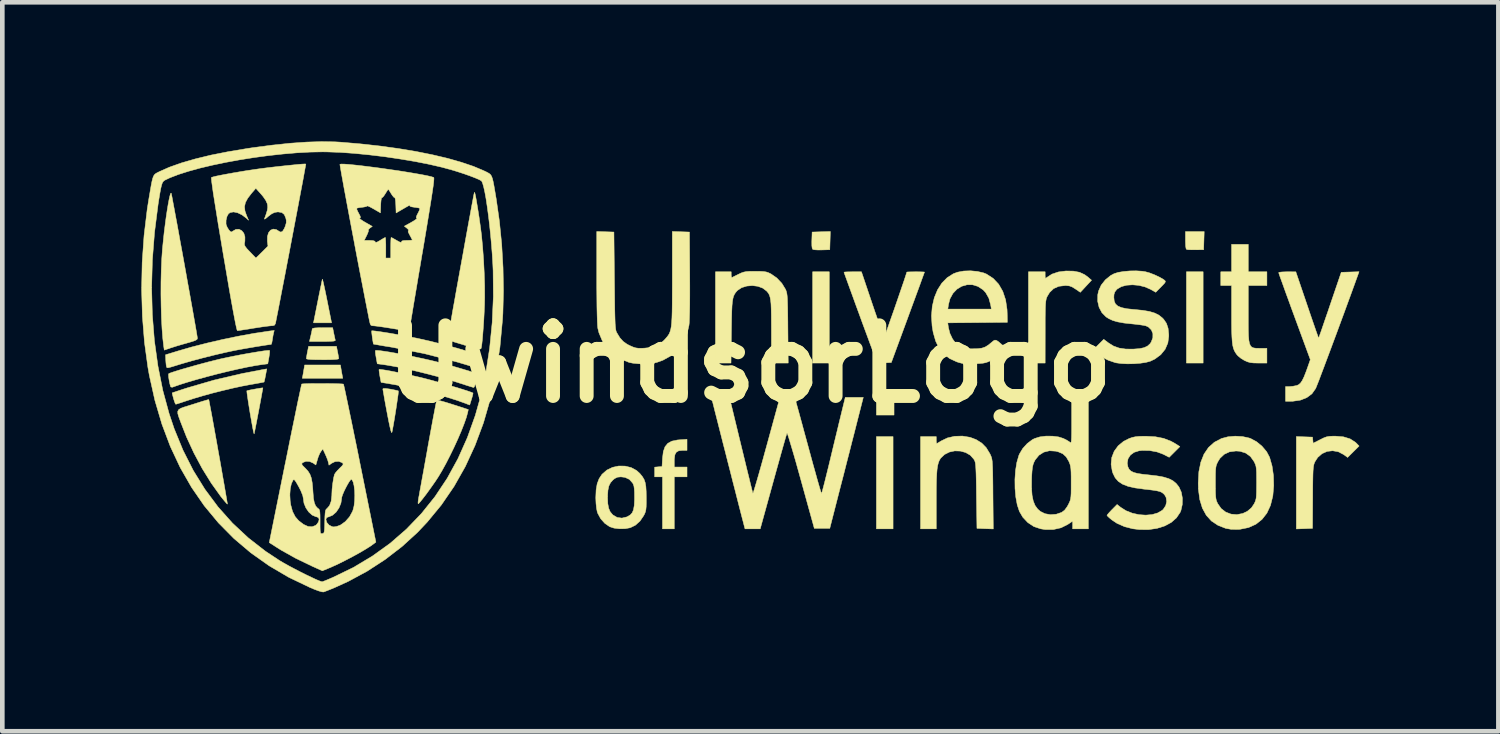
<source format=kicad_pcb>
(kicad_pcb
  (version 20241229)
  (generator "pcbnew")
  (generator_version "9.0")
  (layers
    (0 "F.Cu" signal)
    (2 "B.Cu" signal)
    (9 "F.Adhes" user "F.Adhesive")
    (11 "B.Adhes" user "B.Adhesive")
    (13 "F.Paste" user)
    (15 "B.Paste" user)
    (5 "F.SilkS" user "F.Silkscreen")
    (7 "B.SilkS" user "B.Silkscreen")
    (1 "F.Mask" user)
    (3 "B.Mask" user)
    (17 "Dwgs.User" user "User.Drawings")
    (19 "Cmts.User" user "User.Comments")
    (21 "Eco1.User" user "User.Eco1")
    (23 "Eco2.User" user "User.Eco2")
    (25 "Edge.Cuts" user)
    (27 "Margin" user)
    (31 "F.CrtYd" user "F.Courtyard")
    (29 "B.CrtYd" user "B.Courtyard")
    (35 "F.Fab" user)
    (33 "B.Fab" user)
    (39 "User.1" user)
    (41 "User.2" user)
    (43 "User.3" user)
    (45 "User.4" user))
  (footprint "UwindsorLogo"
    (layer "F.Cu")
    (at 13.126 4.803)
    (property "Reference" "UwindsorLogo" (at 0 0 0) (layer "F.SilkS") (effects (font (size 1.524 1.524) (thickness 0.3))))
    (attr through_hole)
    (fp_poly (pts (xy 1.714 -0.021) (xy 1.355 -0.021) (xy 1.355 -1.99) (xy 1.714 -1.99) (xy 1.714 -0.021)) (stroke (width 0.01) (type solid)) (fill yes) (layer "F.SilkS"))
    (fp_poly (pts (xy 3.09 3.556) (xy 2.731 3.556) (xy 2.731 1.566) (xy 3.09 1.566) (xy 3.09 3.556)) (stroke (width 0.01) (type solid)) (fill yes) (layer "F.SilkS"))
    (fp_poly (pts (xy 3.111 1.101) (xy 2.731 1.101) (xy 2.731 0.72) (xy 3.111 0.72) (xy 3.111 1.101)) (stroke (width 0.01) (type solid)) (fill yes) (layer "F.SilkS"))
    (fp_poly (pts (xy 9.779 -0.021) (xy 9.419 -0.021) (xy 9.419 -1.99) (xy 9.779 -1.99) (xy 9.779 -0.021)) (stroke (width 0.01) (type solid)) (fill yes) (layer "F.SilkS"))
    (fp_poly (pts (xy -8.819 0.101) (xy -8.807 0.173) (xy -8.794 0.241) (xy -8.794 0.243) (xy -8.781 0.307) (xy -9.655 0.307) (xy -9.642 0.243) (xy -9.63 0.177) (xy -9.618 0.104) (xy -9.617 0.101) (xy -9.604 0.021) (xy -8.832 0.021) (xy -8.819 0.101)) (stroke (width 0.01) (type solid)) (fill yes) (layer "F.SilkS"))
    (fp_poly (pts (xy 9.796 -2.662) (xy 9.79 -2.466) (xy 9.62 -2.464) (xy 9.537 -2.464) (xy 9.469 -2.466) (xy 9.429 -2.47) (xy 9.424 -2.471) (xy 9.41 -2.493) (xy 9.402 -2.549) (xy 9.398 -2.643) (xy 9.398 -2.669) (xy 9.398 -2.857) (xy 9.802 -2.857) (xy 9.796 -2.662)) (stroke (width 0.01) (type solid)) (fill yes) (layer "F.SilkS"))
    (fp_poly (pts (xy 1.731 -2.663) (xy 1.725 -2.466) (xy 1.556 -2.461) (xy 1.473 -2.46) (xy 1.404 -2.464) (xy 1.363 -2.471) (xy 1.359 -2.473) (xy 1.345 -2.498) (xy 1.338 -2.552) (xy 1.337 -2.642) (xy 1.338 -2.669) (xy 1.344 -2.847) (xy 1.541 -2.853) (xy 1.737 -2.859) (xy 1.731 -2.663)) (stroke (width 0.01) (type solid)) (fill yes) (layer "F.SilkS"))
    (fp_poly (pts (xy -9.216 -1.816) (xy -9.203 -1.766) (xy -9.185 -1.685) (xy -9.162 -1.579) (xy -9.136 -1.454) (xy -9.119 -1.369) (xy -9.023 -0.889) (xy -9.413 -0.889) (xy -9.321 -1.349) (xy -9.294 -1.484) (xy -9.269 -1.605) (xy -9.248 -1.706) (xy -9.233 -1.781) (xy -9.224 -1.823) (xy -9.222 -1.83) (xy -9.216 -1.816)) (stroke (width 0.01) (type solid)) (fill yes) (layer "F.SilkS"))
    (fp_poly (pts (xy -8.975 -0.661) (xy -8.96 -0.591) (xy -8.948 -0.536) (xy -8.942 -0.513) (xy -8.949 -0.502) (xy -8.979 -0.494) (xy -9.039 -0.49) (xy -9.134 -0.487) (xy -9.217 -0.487) (xy -9.5 -0.487) (xy -9.471 -0.609) (xy -9.455 -0.679) (xy -9.444 -0.734) (xy -9.441 -0.757) (xy -9.428 -0.769) (xy -9.386 -0.778) (xy -9.311 -0.782) (xy -9.22 -0.783) (xy -8.999 -0.783) (xy -8.975 -0.661)) (stroke (width 0.01) (type solid)) (fill yes) (layer "F.SilkS"))
    (fp_poly (pts (xy -8.893 -0.261) (xy -8.88 -0.192) (xy -8.871 -0.138) (xy -8.869 -0.117) (xy -8.884 -0.107) (xy -8.932 -0.1) (xy -9.015 -0.095) (xy -9.137 -0.093) (xy -9.218 -0.093) (xy -9.361 -0.094) (xy -9.464 -0.097) (xy -9.531 -0.103) (xy -9.563 -0.111) (xy -9.567 -0.117) (xy -9.563 -0.15) (xy -9.553 -0.209) (xy -9.543 -0.261) (xy -9.519 -0.381) (xy -8.917 -0.381) (xy -8.893 -0.261)) (stroke (width 0.01) (type solid)) (fill yes) (layer "F.SilkS"))
    (fp_poly (pts (xy -1.355 1.863) (xy -1.45 1.863) (xy -1.532 1.871) (xy -1.586 1.901) (xy -1.617 1.958) (xy -1.629 2.048) (xy -1.63 2.085) (xy -1.63 2.223) (xy -1.355 2.223) (xy -1.355 2.434) (xy -1.63 2.434) (xy -1.63 3.556) (xy -1.884 3.556) (xy -1.884 2.434) (xy -2.053 2.434) (xy -2.053 2.225) (xy -1.974 2.218) (xy -1.894 2.212) (xy -1.883 2.028) (xy -1.866 1.888) (xy -1.829 1.784) (xy -1.769 1.711) (xy -1.683 1.664) (xy -1.564 1.639) (xy -1.515 1.635) (xy -1.355 1.624) (xy -1.355 1.863)) (stroke (width 0.01) (type solid)) (fill yes) (layer "F.SilkS"))
    (fp_poly (pts (xy -10.508 0.536) (xy -10.518 0.591) (xy -10.533 0.674) (xy -10.552 0.778) (xy -10.574 0.895) (xy -10.597 1.018) (xy -10.621 1.142) (xy -10.643 1.258) (xy -10.663 1.359) (xy -10.679 1.439) (xy -10.69 1.491) (xy -10.694 1.507) (xy -10.699 1.494) (xy -10.711 1.444) (xy -10.727 1.364) (xy -10.746 1.258) (xy -10.768 1.133) (xy -10.781 1.058) (xy -10.803 0.922) (xy -10.822 0.801) (xy -10.837 0.7) (xy -10.847 0.626) (xy -10.851 0.585) (xy -10.851 0.578) (xy -10.828 0.571) (xy -10.776 0.559) (xy -10.707 0.546) (xy -10.634 0.533) (xy -10.568 0.522) (xy -10.521 0.515) (xy -10.505 0.515) (xy -10.508 0.536)) (stroke (width 0.01) (type solid)) (fill yes) (layer "F.SilkS"))
    (fp_poly (pts (xy -7.856 0.528) (xy -7.774 0.539) (xy -7.755 0.542) (xy -7.677 0.557) (xy -7.616 0.57) (xy -7.584 0.58) (xy -7.582 0.581) (xy -7.582 0.604) (xy -7.588 0.661) (xy -7.6 0.745) (xy -7.615 0.848) (xy -7.632 0.963) (xy -7.651 1.082) (xy -7.67 1.199) (xy -7.688 1.304) (xy -7.704 1.392) (xy -7.716 1.454) (xy -7.722 1.477) (xy -7.731 1.476) (xy -7.745 1.435) (xy -7.765 1.353) (xy -7.791 1.231) (xy -7.823 1.066) (xy -7.827 1.043) (xy -7.853 0.905) (xy -7.876 0.78) (xy -7.894 0.675) (xy -7.908 0.595) (xy -7.916 0.548) (xy -7.917 0.538) (xy -7.902 0.527) (xy -7.856 0.528)) (stroke (width 0.01) (type solid)) (fill yes) (layer "F.SilkS"))
    (fp_poly (pts (xy -10.447 0.244) (xy -10.461 0.315) (xy -10.473 0.367) (xy -10.48 0.389) (xy -10.503 0.394) (xy -10.559 0.405) (xy -10.642 0.42) (xy -10.743 0.438) (xy -10.774 0.443) (xy -10.949 0.476) (xy -11.152 0.52) (xy -11.371 0.572) (xy -11.593 0.628) (xy -11.806 0.687) (xy -11.999 0.744) (xy -12.117 0.782) (xy -12.214 0.814) (xy -12.296 0.841) (xy -12.355 0.86) (xy -12.383 0.868) (xy -12.384 0.868) (xy -12.397 0.849) (xy -12.415 0.801) (xy -12.432 0.747) (xy -12.449 0.683) (xy -12.46 0.637) (xy -12.461 0.623) (xy -12.441 0.615) (xy -12.386 0.597) (xy -12.306 0.57) (xy -12.205 0.537) (xy -12.129 0.513) (xy -11.555 0.346) (xy -10.947 0.204) (xy -10.497 0.118) (xy -10.421 0.105) (xy -10.447 0.244)) (stroke (width 0.01) (type solid)) (fill yes) (layer "F.SilkS"))
    (fp_poly (pts (xy 6.98 -2.004) (xy 7.112 -1.979) (xy 7.224 -1.927) (xy 7.292 -1.877) (xy 7.372 -1.808) (xy 7.13 -1.547) (xy 7.023 -1.62) (xy 6.952 -1.664) (xy 6.891 -1.686) (xy 6.82 -1.693) (xy 6.804 -1.693) (xy 6.667 -1.677) (xy 6.555 -1.628) (xy 6.467 -1.544) (xy 6.411 -1.45) (xy 6.4 -1.423) (xy 6.392 -1.392) (xy 6.385 -1.351) (xy 6.38 -1.296) (xy 6.376 -1.222) (xy 6.374 -1.123) (xy 6.372 -0.996) (xy 6.372 -0.835) (xy 6.372 -0.693) (xy 6.371 -0.021) (xy 6.011 -0.021) (xy 6.011 -1.99) (xy 6.371 -1.99) (xy 6.371 -1.912) (xy 6.373 -1.863) (xy 6.382 -1.849) (xy 6.404 -1.864) (xy 6.408 -1.868) (xy 6.519 -1.94) (xy 6.656 -1.986) (xy 6.819 -2.007) (xy 6.98 -2.004)) (stroke (width 0.01) (type solid)) (fill yes) (layer "F.SilkS"))
    (fp_poly (pts (xy 12.807 1.571) (xy 12.95 1.615) (xy 13.064 1.688) (xy 13.089 1.712) (xy 13.144 1.769) (xy 12.896 2.015) (xy 12.808 1.951) (xy 12.693 1.892) (xy 12.573 1.871) (xy 12.453 1.885) (xy 12.344 1.934) (xy 12.251 2.015) (xy 12.193 2.105) (xy 12.18 2.133) (xy 12.17 2.162) (xy 12.162 2.197) (xy 12.156 2.243) (xy 12.151 2.306) (xy 12.148 2.389) (xy 12.146 2.498) (xy 12.144 2.638) (xy 12.143 2.814) (xy 12.143 2.872) (xy 12.139 3.545) (xy 11.964 3.552) (xy 11.79 3.558) (xy 11.79 1.565) (xy 12.139 1.577) (xy 12.146 1.643) (xy 12.152 1.709) (xy 12.302 1.633) (xy 12.38 1.594) (xy 12.442 1.571) (xy 12.503 1.56) (xy 12.583 1.556) (xy 12.634 1.556) (xy 12.807 1.571)) (stroke (width 0.01) (type solid)) (fill yes) (layer "F.SilkS"))
    (fp_poly (pts (xy -7.913 0.124) (xy -7.824 0.138) (xy -7.712 0.159) (xy -7.583 0.185) (xy -7.444 0.214) (xy -7.301 0.245) (xy -7.159 0.277) (xy -7.03 0.308) (xy -6.923 0.336) (xy -6.799 0.37) (xy -6.664 0.407) (xy -6.526 0.447) (xy -6.39 0.488) (xy -6.263 0.526) (xy -6.152 0.561) (xy -6.062 0.59) (xy -6 0.613) (xy -5.972 0.625) (xy -5.972 0.625) (xy -5.974 0.648) (xy -5.986 0.698) (xy -6.004 0.758) (xy -6.043 0.884) (xy -6.181 0.832) (xy -6.344 0.775) (xy -6.539 0.714) (xy -6.757 0.653) (xy -6.988 0.593) (xy -7.222 0.536) (xy -7.451 0.486) (xy -7.663 0.445) (xy -7.74 0.432) (xy -7.955 0.396) (xy -7.981 0.261) (xy -7.992 0.19) (xy -7.999 0.138) (xy -7.998 0.117) (xy -7.973 0.116) (xy -7.913 0.124)) (stroke (width 0.01) (type solid)) (fill yes) (layer "F.SilkS"))
    (fp_poly (pts (xy -11.667 0.789) (xy -11.656 0.848) (xy -11.639 0.939) (xy -11.616 1.058) (xy -11.59 1.2) (xy -11.561 1.36) (xy -11.53 1.533) (xy -11.497 1.716) (xy -11.464 1.904) (xy -11.43 2.091) (xy -11.398 2.273) (xy -11.368 2.446) (xy -11.34 2.604) (xy -11.316 2.744) (xy -11.296 2.86) (xy -11.281 2.948) (xy -11.272 3.004) (xy -11.27 3.022) (xy -11.285 3.01) (xy -11.32 2.97) (xy -11.37 2.91) (xy -11.415 2.854) (xy -11.619 2.569) (xy -11.814 2.254) (xy -11.993 1.919) (xy -12.151 1.577) (xy -12.23 1.376) (xy -12.282 1.242) (xy -12.319 1.142) (xy -12.34 1.07) (xy -12.341 1.02) (xy -12.32 0.983) (xy -12.275 0.955) (xy -12.202 0.928) (xy -12.098 0.896) (xy -12.021 0.872) (xy -11.908 0.836) (xy -11.81 0.805) (xy -11.734 0.783) (xy -11.686 0.769) (xy -11.673 0.767) (xy -11.667 0.789)) (stroke (width 0.01) (type solid)) (fill yes) (layer "F.SilkS"))
    (fp_poly (pts (xy -10.274 -0.669) (xy -10.286 -0.613) (xy -10.298 -0.54) (xy -10.301 -0.519) (xy -10.311 -0.462) (xy -10.322 -0.428) (xy -10.327 -0.423) (xy -10.364 -0.419) (xy -10.434 -0.409) (xy -10.53 -0.394) (xy -10.643 -0.376) (xy -10.765 -0.355) (xy -10.889 -0.334) (xy -11.005 -0.313) (xy -11.106 -0.294) (xy -11.151 -0.285) (xy -11.35 -0.242) (xy -11.574 -0.189) (xy -11.808 -0.13) (xy -12.037 -0.069) (xy -12.245 -0.009) (xy -12.311 0.011) (xy -12.418 0.044) (xy -12.491 0.066) (xy -12.537 0.078) (xy -12.563 0.081) (xy -12.576 0.076) (xy -12.582 0.065) (xy -12.584 0.058) (xy -12.591 0.023) (xy -12.597 -0.038) (xy -12.6 -0.083) (xy -12.605 -0.199) (xy -12.34 -0.28) (xy -12.04 -0.367) (xy -11.712 -0.451) (xy -11.371 -0.53) (xy -11.028 -0.601) (xy -10.698 -0.661) (xy -10.392 -0.707) (xy -10.374 -0.71) (xy -10.26 -0.724) (xy -10.274 -0.669)) (stroke (width 0.01) (type solid)) (fill yes) (layer "F.SilkS"))
    (fp_poly (pts (xy 10.753 -1.99) (xy 11.155 -1.99) (xy 11.155 -1.693) (xy 10.753 -1.693) (xy 10.753 -1.089) (xy 10.753 -0.891) (xy 10.754 -0.732) (xy 10.758 -0.606) (xy 10.766 -0.511) (xy 10.78 -0.441) (xy 10.801 -0.393) (xy 10.83 -0.363) (xy 10.87 -0.347) (xy 10.921 -0.34) (xy 10.984 -0.339) (xy 11.019 -0.339) (xy 11.155 -0.339) (xy 11.155 -0.021) (xy 10.968 -0.021) (xy 10.869 -0.023) (xy 10.796 -0.031) (xy 10.736 -0.048) (xy 10.673 -0.076) (xy 10.672 -0.076) (xy 10.599 -0.12) (xy 10.534 -0.173) (xy 10.507 -0.202) (xy 10.476 -0.246) (xy 10.451 -0.291) (xy 10.432 -0.343) (xy 10.417 -0.406) (xy 10.407 -0.486) (xy 10.4 -0.588) (xy 10.395 -0.717) (xy 10.393 -0.877) (xy 10.393 -1.075) (xy 10.393 -1.693) (xy 10.16 -1.693) (xy 10.16 -1.99) (xy 10.393 -1.99) (xy 10.393 -2.582) (xy 10.753 -2.582) (xy 10.753 -1.99)) (stroke (width 0.01) (type solid)) (fill yes) (layer "F.SilkS"))
    (fp_poly (pts (xy -10.361 -0.292) (xy -10.358 -0.267) (xy -10.363 -0.212) (xy -10.374 -0.142) (xy -10.399 -0.004) (xy -10.518 0.011) (xy -10.663 0.033) (xy -10.841 0.066) (xy -11.043 0.109) (xy -11.261 0.159) (xy -11.486 0.214) (xy -11.712 0.273) (xy -11.93 0.333) (xy -12.132 0.392) (xy -12.309 0.448) (xy -12.455 0.5) (xy -12.458 0.501) (xy -12.489 0.496) (xy -12.497 0.484) (xy -12.514 0.42) (xy -12.528 0.348) (xy -12.538 0.28) (xy -12.541 0.229) (xy -12.537 0.209) (xy -12.509 0.196) (xy -12.446 0.174) (xy -12.355 0.145) (xy -12.241 0.11) (xy -12.111 0.073) (xy -11.971 0.033) (xy -11.827 -0.006) (xy -11.686 -0.044) (xy -11.553 -0.077) (xy -11.435 -0.106) (xy -11.396 -0.115) (xy -11.265 -0.143) (xy -11.124 -0.172) (xy -10.979 -0.2) (xy -10.836 -0.226) (xy -10.701 -0.249) (xy -10.58 -0.269) (xy -10.48 -0.284) (xy -10.407 -0.292) (xy -10.366 -0.294) (xy -10.361 -0.292)) (stroke (width 0.01) (type solid)) (fill yes) (layer "F.SilkS"))
    (fp_poly (pts (xy -6.731 0.781) (xy -6.674 0.794) (xy -6.591 0.817) (xy -6.489 0.848) (xy -6.407 0.874) (xy -6.073 0.982) (xy -6.087 1.047) (xy -6.116 1.154) (xy -6.164 1.29) (xy -6.226 1.448) (xy -6.3 1.62) (xy -6.382 1.799) (xy -6.47 1.979) (xy -6.558 2.151) (xy -6.645 2.308) (xy -6.72 2.433) (xy -6.779 2.523) (xy -6.847 2.621) (xy -6.919 2.722) (xy -6.989 2.818) (xy -7.053 2.901) (xy -7.106 2.967) (xy -7.142 3.007) (xy -7.152 3.015) (xy -7.158 3.002) (xy -7.155 2.957) (xy -7.145 2.889) (xy -7.144 2.884) (xy -7.134 2.834) (xy -7.119 2.747) (xy -7.097 2.628) (xy -7.071 2.482) (xy -7.04 2.315) (xy -7.007 2.13) (xy -6.971 1.933) (xy -6.942 1.767) (xy -6.906 1.57) (xy -6.872 1.385) (xy -6.841 1.217) (xy -6.813 1.071) (xy -6.79 0.95) (xy -6.772 0.858) (xy -6.759 0.8) (xy -6.754 0.78) (xy -6.731 0.781)) (stroke (width 0.01) (type solid)) (fill yes) (layer "F.SilkS"))
    (fp_poly (pts (xy -7.986 -0.289) (xy -7.893 -0.276) (xy -7.775 -0.258) (xy -7.638 -0.234) (xy -7.487 -0.206) (xy -7.329 -0.175) (xy -7.168 -0.141) (xy -7.01 -0.107) (xy -6.86 -0.073) (xy -6.725 -0.039) (xy -6.699 -0.033) (xy -6.557 0.006) (xy -6.415 0.045) (xy -6.278 0.085) (xy -6.153 0.122) (xy -6.047 0.155) (xy -5.965 0.183) (xy -5.913 0.202) (xy -5.899 0.21) (xy -5.893 0.238) (xy -5.897 0.292) (xy -5.907 0.358) (xy -5.921 0.424) (xy -5.937 0.477) (xy -5.953 0.505) (xy -5.957 0.506) (xy -5.985 0.499) (xy -6.044 0.481) (xy -6.127 0.455) (xy -6.224 0.423) (xy -6.234 0.42) (xy -6.451 0.352) (xy -6.685 0.285) (xy -6.929 0.22) (xy -7.173 0.159) (xy -7.409 0.105) (xy -7.628 0.059) (xy -7.821 0.025) (xy -7.929 0.009) (xy -8.037 -0.005) (xy -8.062 -0.142) (xy -8.074 -0.214) (xy -8.079 -0.267) (xy -8.077 -0.291) (xy -8.05 -0.294) (xy -7.986 -0.289)) (stroke (width 0.01) (type solid)) (fill yes) (layer "F.SilkS"))
    (fp_poly (pts (xy -8.076 -0.711) (xy -7.988 -0.699) (xy -7.878 -0.682) (xy -7.752 -0.662) (xy -7.617 -0.638) (xy -7.478 -0.614) (xy -7.342 -0.588) (xy -7.216 -0.563) (xy -7.189 -0.558) (xy -6.913 -0.496) (xy -6.623 -0.424) (xy -6.335 -0.347) (xy -6.069 -0.268) (xy -6.017 -0.251) (xy -5.924 -0.221) (xy -5.865 -0.197) (xy -5.834 -0.17) (xy -5.823 -0.132) (xy -5.826 -0.075) (xy -5.834 -0.014) (xy -5.848 0.051) (xy -5.867 0.08) (xy -5.884 0.085) (xy -5.92 0.08) (xy -5.929 0.075) (xy -5.952 0.067) (xy -6.008 0.048) (xy -6.093 0.023) (xy -6.2 -0.009) (xy -6.323 -0.045) (xy -6.348 -0.052) (xy -7.019 -0.224) (xy -7.708 -0.36) (xy -7.779 -0.372) (xy -7.893 -0.39) (xy -7.991 -0.407) (xy -8.065 -0.42) (xy -8.11 -0.428) (xy -8.12 -0.43) (xy -8.125 -0.455) (xy -8.134 -0.506) (xy -8.144 -0.571) (xy -8.152 -0.637) (xy -8.158 -0.69) (xy -8.159 -0.716) (xy -8.159 -0.716) (xy -8.135 -0.717) (xy -8.076 -0.711)) (stroke (width 0.01) (type solid)) (fill yes) (layer "F.SilkS"))
    (fp_poly (pts (xy -12.482 -3.683) (xy -12.476 -3.656) (xy -12.463 -3.592) (xy -12.445 -3.494) (xy -12.421 -3.367) (xy -12.393 -3.214) (xy -12.36 -3.039) (xy -12.325 -2.847) (xy -12.288 -2.641) (xy -12.248 -2.425) (xy -12.208 -2.204) (xy -12.168 -1.982) (xy -12.129 -1.762) (xy -12.09 -1.548) (xy -12.054 -1.345) (xy -12.02 -1.156) (xy -11.99 -0.986) (xy -11.964 -0.839) (xy -11.943 -0.718) (xy -11.928 -0.627) (xy -11.919 -0.571) (xy -11.917 -0.555) (xy -11.924 -0.534) (xy -11.951 -0.515) (xy -12.003 -0.494) (xy -12.087 -0.468) (xy -12.134 -0.455) (xy -12.243 -0.424) (xy -12.356 -0.391) (xy -12.454 -0.36) (xy -12.492 -0.348) (xy -12.632 -0.3) (xy -12.645 -0.388) (xy -12.665 -0.56) (xy -12.681 -0.767) (xy -12.693 -0.999) (xy -12.7 -1.248) (xy -12.704 -1.508) (xy -12.703 -1.768) (xy -12.697 -2.022) (xy -12.687 -2.261) (xy -12.672 -2.476) (xy -12.67 -2.494) (xy -12.653 -2.663) (xy -12.635 -2.834) (xy -12.614 -3.001) (xy -12.593 -3.16) (xy -12.571 -3.307) (xy -12.55 -3.436) (xy -12.53 -3.543) (xy -12.512 -3.624) (xy -12.497 -3.674) (xy -12.486 -3.688) (xy -12.482 -3.683)) (stroke (width 0.01) (type solid)) (fill yes) (layer "F.SilkS"))
    (fp_poly (pts (xy 4.75 1.581) (xy 4.883 1.631) (xy 5.003 1.706) (xy 5.099 1.804) (xy 5.179 1.935) (xy 5.192 1.962) (xy 5.204 1.99) (xy 5.214 2.019) (xy 5.222 2.053) (xy 5.229 2.098) (xy 5.233 2.156) (xy 5.237 2.234) (xy 5.24 2.337) (xy 5.242 2.467) (xy 5.244 2.632) (xy 5.245 2.811) (xy 5.252 3.558) (xy 5.076 3.552) (xy 4.9 3.545) (xy 4.889 2.836) (xy 4.887 2.644) (xy 4.884 2.489) (xy 4.881 2.367) (xy 4.877 2.274) (xy 4.873 2.204) (xy 4.868 2.153) (xy 4.861 2.116) (xy 4.852 2.089) (xy 4.841 2.067) (xy 4.832 2.052) (xy 4.756 1.967) (xy 4.656 1.909) (xy 4.542 1.878) (xy 4.421 1.874) (xy 4.305 1.899) (xy 4.201 1.951) (xy 4.118 2.03) (xy 4.112 2.039) (xy 4.087 2.081) (xy 4.068 2.13) (xy 4.052 2.192) (xy 4.04 2.271) (xy 4.032 2.371) (xy 4.026 2.498) (xy 4.023 2.657) (xy 4.022 2.85) (xy 4.022 2.945) (xy 4.022 3.556) (xy 3.683 3.556) (xy 3.683 1.566) (xy 4.022 1.566) (xy 4.022 1.64) (xy 4.024 1.689) (xy 4.031 1.714) (xy 4.033 1.714) (xy 4.055 1.704) (xy 4.1 1.677) (xy 4.123 1.662) (xy 4.261 1.595) (xy 4.418 1.559) (xy 4.585 1.554) (xy 4.75 1.581)) (stroke (width 0.01) (type solid)) (fill yes) (layer "F.SilkS"))
    (fp_poly (pts (xy -5.938 -3.701) (xy -5.936 -3.699) (xy -5.936 -3.699) (xy -5.928 -3.674) (xy -5.915 -3.614) (xy -5.899 -3.527) (xy -5.881 -3.418) (xy -5.861 -3.296) (xy -5.841 -3.168) (xy -5.823 -3.04) (xy -5.806 -2.92) (xy -5.793 -2.815) (xy -5.79 -2.794) (xy -5.765 -2.53) (xy -5.744 -2.25) (xy -5.73 -1.968) (xy -5.721 -1.693) (xy -5.72 -1.44) (xy -5.723 -1.281) (xy -5.73 -1.123) (xy -5.738 -0.963) (xy -5.748 -0.809) (xy -5.759 -0.665) (xy -5.769 -0.54) (xy -5.78 -0.438) (xy -5.79 -0.367) (xy -5.797 -0.337) (xy -5.807 -0.326) (xy -5.828 -0.323) (xy -5.866 -0.327) (xy -5.927 -0.342) (xy -6.017 -0.367) (xy -6.141 -0.403) (xy -6.16 -0.409) (xy -6.274 -0.444) (xy -6.374 -0.474) (xy -6.452 -0.499) (xy -6.501 -0.515) (xy -6.516 -0.52) (xy -6.514 -0.542) (xy -6.504 -0.601) (xy -6.488 -0.696) (xy -6.467 -0.823) (xy -6.439 -0.978) (xy -6.408 -1.158) (xy -6.371 -1.361) (xy -6.332 -1.582) (xy -6.289 -1.819) (xy -6.246 -2.057) (xy -6.191 -2.358) (xy -6.144 -2.621) (xy -6.103 -2.847) (xy -6.068 -3.039) (xy -6.038 -3.2) (xy -6.014 -3.333) (xy -5.994 -3.441) (xy -5.978 -3.525) (xy -5.966 -3.59) (xy -5.957 -3.637) (xy -5.95 -3.669) (xy -5.945 -3.688) (xy -5.942 -3.699) (xy -5.94 -3.702) (xy -5.938 -3.701)) (stroke (width 0.01) (type solid)) (fill yes) (layer "F.SilkS"))
    (fp_poly (pts (xy 0.223 -1.999) (xy 0.298 -1.995) (xy 0.354 -1.986) (xy 0.402 -1.97) (xy 0.454 -1.945) (xy 0.456 -1.944) (xy 0.581 -1.857) (xy 0.69 -1.742) (xy 0.77 -1.611) (xy 0.782 -1.583) (xy 0.791 -1.554) (xy 0.799 -1.519) (xy 0.805 -1.473) (xy 0.81 -1.412) (xy 0.813 -1.33) (xy 0.816 -1.224) (xy 0.818 -1.088) (xy 0.82 -0.918) (xy 0.821 -0.767) (xy 0.828 -0.021) (xy 0.466 -0.021) (xy 0.466 -0.699) (xy 0.465 -0.9) (xy 0.464 -1.064) (xy 0.461 -1.195) (xy 0.457 -1.297) (xy 0.449 -1.376) (xy 0.438 -1.437) (xy 0.424 -1.483) (xy 0.406 -1.52) (xy 0.382 -1.552) (xy 0.364 -1.573) (xy 0.28 -1.637) (xy 0.173 -1.677) (xy 0.054 -1.692) (xy -0.066 -1.682) (xy -0.176 -1.648) (xy -0.265 -1.589) (xy -0.28 -1.574) (xy -0.309 -1.539) (xy -0.332 -1.503) (xy -0.351 -1.462) (xy -0.365 -1.41) (xy -0.376 -1.343) (xy -0.384 -1.256) (xy -0.389 -1.144) (xy -0.393 -1.002) (xy -0.396 -0.826) (xy -0.398 -0.693) (xy -0.406 -0.021) (xy -0.741 -0.021) (xy -0.741 -1.99) (xy -0.402 -1.99) (xy -0.402 -1.924) (xy -0.398 -1.881) (xy -0.387 -1.866) (xy -0.386 -1.866) (xy -0.36 -1.879) (xy -0.308 -1.905) (xy -0.243 -1.937) (xy -0.184 -1.965) (xy -0.132 -1.983) (xy -0.077 -1.994) (xy -0.007 -1.999) (xy 0.091 -2) (xy 0.116 -2) (xy 0.223 -1.999)) (stroke (width 0.01) (type solid)) (fill yes) (layer "F.SilkS"))
    (fp_poly (pts (xy 13.114 -1.911) (xy 13.048 -1.728) (xy 12.976 -1.53) (xy 12.9 -1.323) (xy 12.822 -1.109) (xy 12.742 -0.893) (xy 12.663 -0.678) (xy 12.585 -0.469) (xy 12.511 -0.27) (xy 12.441 -0.084) (xy 12.378 0.085) (xy 12.322 0.232) (xy 12.276 0.355) (xy 12.239 0.448) (xy 12.215 0.508) (xy 12.206 0.529) (xy 12.127 0.641) (xy 12.016 0.724) (xy 11.878 0.779) (xy 11.713 0.803) (xy 11.662 0.804) (xy 11.557 0.804) (xy 11.557 0.487) (xy 11.636 0.487) (xy 11.714 0.48) (xy 11.792 0.465) (xy 11.795 0.465) (xy 11.84 0.446) (xy 11.879 0.412) (xy 11.917 0.357) (xy 11.956 0.277) (xy 12 0.165) (xy 12.033 0.074) (xy 12.092 -0.095) (xy 11.75 -1.025) (xy 11.681 -1.213) (xy 11.617 -1.39) (xy 11.558 -1.55) (xy 11.508 -1.691) (xy 11.466 -1.807) (xy 11.434 -1.895) (xy 11.415 -1.952) (xy 11.409 -1.972) (xy 11.428 -1.98) (xy 11.481 -1.986) (xy 11.556 -1.989) (xy 11.594 -1.99) (xy 11.779 -1.989) (xy 12.023 -1.272) (xy 12.079 -1.107) (xy 12.131 -0.955) (xy 12.177 -0.822) (xy 12.215 -0.712) (xy 12.245 -0.628) (xy 12.264 -0.576) (xy 12.272 -0.559) (xy 12.279 -0.58) (xy 12.299 -0.636) (xy 12.33 -0.723) (xy 12.369 -0.837) (xy 12.415 -0.972) (xy 12.468 -1.124) (xy 12.518 -1.272) (xy 12.759 -1.979) (xy 12.951 -1.985) (xy 13.143 -1.991) (xy 13.114 -1.911)) (stroke (width 0.01) (type solid)) (fill yes) (layer "F.SilkS"))
    (fp_poly (pts (xy 2.647 -1.281) (xy 2.703 -1.117) (xy 2.755 -0.968) (xy 2.802 -0.837) (xy 2.842 -0.729) (xy 2.873 -0.649) (xy 2.894 -0.6) (xy 2.903 -0.587) (xy 2.912 -0.609) (xy 2.933 -0.665) (xy 2.964 -0.751) (xy 3.002 -0.859) (xy 3.046 -0.985) (xy 3.095 -1.123) (xy 3.145 -1.267) (xy 3.195 -1.412) (xy 3.243 -1.552) (xy 3.287 -1.681) (xy 3.326 -1.794) (xy 3.356 -1.886) (xy 3.377 -1.95) (xy 3.386 -1.981) (xy 3.387 -1.983) (xy 3.406 -1.986) (xy 3.459 -1.988) (xy 3.535 -1.989) (xy 3.577 -1.99) (xy 3.661 -1.989) (xy 3.726 -1.987) (xy 3.763 -1.985) (xy 3.768 -1.983) (xy 3.761 -1.963) (xy 3.74 -1.906) (xy 3.708 -1.818) (xy 3.666 -1.701) (xy 3.614 -1.56) (xy 3.555 -1.399) (xy 3.489 -1.22) (xy 3.419 -1.029) (xy 3.41 -1.004) (xy 3.052 -0.032) (xy 2.904 -0.026) (xy 2.829 -0.025) (xy 2.772 -0.029) (xy 2.745 -0.037) (xy 2.744 -0.037) (xy 2.735 -0.06) (xy 2.713 -0.117) (xy 2.681 -0.205) (xy 2.639 -0.318) (xy 2.589 -0.452) (xy 2.534 -0.602) (xy 2.474 -0.764) (xy 2.412 -0.932) (xy 2.35 -1.103) (xy 2.288 -1.271) (xy 2.23 -1.432) (xy 2.176 -1.58) (xy 2.128 -1.712) (xy 2.088 -1.823) (xy 2.057 -1.908) (xy 2.038 -1.962) (xy 2.032 -1.981) (xy 2.052 -1.985) (xy 2.104 -1.988) (xy 2.18 -1.989) (xy 2.22 -1.99) (xy 2.408 -1.99) (xy 2.647 -1.281)) (stroke (width 0.01) (type solid)) (fill yes) (layer "F.SilkS"))
    (fp_poly (pts (xy -2.691 2.202) (xy -2.56 2.234) (xy -2.442 2.298) (xy -2.371 2.363) (xy -2.319 2.427) (xy -2.282 2.488) (xy -2.258 2.556) (xy -2.243 2.64) (xy -2.236 2.749) (xy -2.234 2.879) (xy -2.234 2.995) (xy -2.236 3.079) (xy -2.242 3.14) (xy -2.252 3.187) (xy -2.268 3.229) (xy -2.291 3.273) (xy -2.37 3.389) (xy -2.47 3.478) (xy -2.581 3.532) (xy -2.69 3.552) (xy -2.812 3.554) (xy -2.929 3.54) (xy -3.022 3.51) (xy -3.127 3.438) (xy -3.217 3.338) (xy -3.28 3.222) (xy -3.292 3.188) (xy -3.307 3.111) (xy -3.318 3.007) (xy -3.323 2.893) (xy -3.323 2.879) (xy -3.069 2.879) (xy -3.064 3.01) (xy -3.046 3.109) (xy -3.014 3.185) (xy -2.964 3.246) (xy -2.951 3.258) (xy -2.862 3.31) (xy -2.76 3.324) (xy -2.652 3.298) (xy -2.638 3.291) (xy -2.578 3.255) (xy -2.536 3.208) (xy -2.509 3.142) (xy -2.493 3.05) (xy -2.487 2.926) (xy -2.487 2.879) (xy -2.488 2.766) (xy -2.493 2.687) (xy -2.501 2.631) (xy -2.516 2.59) (xy -2.527 2.569) (xy -2.598 2.489) (xy -2.692 2.445) (xy -2.781 2.434) (xy -2.855 2.441) (xy -2.913 2.469) (xy -2.951 2.499) (xy -3.005 2.559) (xy -3.041 2.631) (xy -3.061 2.725) (xy -3.069 2.849) (xy -3.069 2.879) (xy -3.323 2.879) (xy -3.316 2.715) (xy -3.293 2.583) (xy -3.252 2.475) (xy -3.192 2.384) (xy -3.187 2.378) (xy -3.084 2.288) (xy -2.962 2.229) (xy -2.828 2.2) (xy -2.691 2.202)) (stroke (width 0.01) (type solid)) (fill yes) (layer "F.SilkS"))
    (fp_poly (pts (xy -1.302 -2.847) (xy -1.296 -1.926) (xy -1.295 -1.69) (xy -1.295 -1.475) (xy -1.296 -1.283) (xy -1.299 -1.118) (xy -1.303 -0.986) (xy -1.307 -0.888) (xy -1.312 -0.837) (xy -1.358 -0.636) (xy -1.438 -0.458) (xy -1.553 -0.305) (xy -1.699 -0.18) (xy -1.875 -0.082) (xy -2.009 -0.034) (xy -2.118 -0.013) (xy -2.251 -0.003) (xy -2.391 -0.005) (xy -2.523 -0.018) (xy -2.602 -0.034) (xy -2.78 -0.103) (xy -2.939 -0.206) (xy -3.074 -0.34) (xy -3.181 -0.497) (xy -3.255 -0.674) (xy -3.279 -0.771) (xy -3.285 -0.827) (xy -3.29 -0.923) (xy -3.294 -1.056) (xy -3.298 -1.225) (xy -3.3 -1.428) (xy -3.302 -1.662) (xy -3.302 -1.878) (xy -3.302 -2.859) (xy -3.117 -2.853) (xy -2.932 -2.847) (xy -2.921 -1.799) (xy -2.918 -1.56) (xy -2.916 -1.36) (xy -2.914 -1.194) (xy -2.911 -1.06) (xy -2.908 -0.953) (xy -2.905 -0.87) (xy -2.9 -0.807) (xy -2.895 -0.761) (xy -2.889 -0.726) (xy -2.882 -0.701) (xy -2.873 -0.681) (xy -2.871 -0.677) (xy -2.804 -0.567) (xy -2.733 -0.488) (xy -2.646 -0.426) (xy -2.589 -0.397) (xy -2.518 -0.366) (xy -2.462 -0.348) (xy -2.403 -0.34) (xy -2.326 -0.34) (xy -2.269 -0.343) (xy -2.131 -0.357) (xy -2.022 -0.388) (xy -1.931 -0.439) (xy -1.845 -0.518) (xy -1.823 -0.542) (xy -1.79 -0.58) (xy -1.762 -0.616) (xy -1.739 -0.653) (xy -1.721 -0.697) (xy -1.706 -0.749) (xy -1.694 -0.815) (xy -1.686 -0.897) (xy -1.68 -1.001) (xy -1.676 -1.129) (xy -1.674 -1.286) (xy -1.673 -1.475) (xy -1.672 -1.7) (xy -1.672 -1.857) (xy -1.672 -2.859) (xy -1.302 -2.847)) (stroke (width 0.01) (type solid)) (fill yes) (layer "F.SilkS"))
    (fp_poly (pts (xy 4.91 -1.997) (xy 5.043 -1.966) (xy 5.105 -1.941) (xy 5.25 -1.847) (xy 5.368 -1.722) (xy 5.457 -1.567) (xy 5.518 -1.384) (xy 5.549 -1.175) (xy 5.552 -1.096) (xy 5.556 -0.9) (xy 4.913 -0.894) (xy 4.27 -0.888) (xy 4.284 -0.788) (xy 4.316 -0.661) (xy 4.373 -0.541) (xy 4.448 -0.441) (xy 4.505 -0.392) (xy 4.551 -0.362) (xy 4.591 -0.343) (xy 4.639 -0.333) (xy 4.705 -0.329) (xy 4.801 -0.328) (xy 4.919 -0.331) (xy 5.007 -0.343) (xy 5.079 -0.368) (xy 5.148 -0.411) (xy 5.217 -0.468) (xy 5.257 -0.501) (xy 5.288 -0.516) (xy 5.321 -0.51) (xy 5.365 -0.481) (xy 5.428 -0.427) (xy 5.448 -0.41) (xy 5.547 -0.322) (xy 5.446 -0.234) (xy 5.37 -0.177) (xy 5.278 -0.118) (xy 5.21 -0.08) (xy 5.146 -0.05) (xy 5.09 -0.03) (xy 5.03 -0.018) (xy 4.953 -0.011) (xy 4.848 -0.006) (xy 4.84 -0.006) (xy 4.727 -0.004) (xy 4.644 -0.006) (xy 4.577 -0.015) (xy 4.512 -0.032) (xy 4.465 -0.047) (xy 4.311 -0.118) (xy 4.185 -0.215) (xy 4.084 -0.339) (xy 4.009 -0.495) (xy 3.955 -0.684) (xy 3.932 -0.822) (xy 3.919 -1.038) (xy 3.931 -1.185) (xy 4.271 -1.185) (xy 5.211 -1.185) (xy 5.196 -1.275) (xy 5.156 -1.422) (xy 5.087 -1.543) (xy 5.031 -1.602) (xy 4.92 -1.675) (xy 4.803 -1.71) (xy 4.684 -1.71) (xy 4.57 -1.677) (xy 4.467 -1.614) (xy 4.381 -1.523) (xy 4.318 -1.407) (xy 4.286 -1.285) (xy 4.271 -1.185) (xy 3.931 -1.185) (xy 3.936 -1.243) (xy 3.98 -1.431) (xy 4.05 -1.601) (xy 4.143 -1.746) (xy 4.258 -1.863) (xy 4.392 -1.948) (xy 4.481 -1.981) (xy 4.614 -2.006) (xy 4.762 -2.011) (xy 4.91 -1.997)) (stroke (width 0.01) (type solid)) (fill yes) (layer "F.SilkS"))
    (fp_poly (pts (xy 10.629 1.565) (xy 10.774 1.597) (xy 10.805 1.608) (xy 10.933 1.677) (xy 11.05 1.774) (xy 11.148 1.89) (xy 11.214 2.014) (xy 11.214 2.016) (xy 11.266 2.199) (xy 11.296 2.406) (xy 11.302 2.623) (xy 11.284 2.835) (xy 11.281 2.853) (xy 11.232 3.05) (xy 11.154 3.218) (xy 11.048 3.353) (xy 10.916 3.457) (xy 10.758 3.528) (xy 10.575 3.565) (xy 10.53 3.568) (xy 10.384 3.566) (xy 10.266 3.545) (xy 10.098 3.479) (xy 9.958 3.386) (xy 9.847 3.263) (xy 9.763 3.109) (xy 9.707 2.925) (xy 9.678 2.709) (xy 9.673 2.561) (xy 9.674 2.561) (xy 10.044 2.561) (xy 10.044 2.692) (xy 10.046 2.789) (xy 10.05 2.86) (xy 10.057 2.912) (xy 10.068 2.954) (xy 10.085 2.993) (xy 10.094 3.012) (xy 10.168 3.118) (xy 10.266 3.194) (xy 10.381 3.238) (xy 10.507 3.249) (xy 10.634 3.224) (xy 10.73 3.179) (xy 10.821 3.103) (xy 10.879 3.017) (xy 10.899 2.976) (xy 10.913 2.937) (xy 10.923 2.894) (xy 10.928 2.837) (xy 10.931 2.759) (xy 10.932 2.652) (xy 10.933 2.561) (xy 10.932 2.431) (xy 10.931 2.334) (xy 10.927 2.264) (xy 10.92 2.213) (xy 10.909 2.172) (xy 10.892 2.134) (xy 10.879 2.106) (xy 10.801 1.996) (xy 10.7 1.922) (xy 10.575 1.882) (xy 10.488 1.876) (xy 10.349 1.894) (xy 10.234 1.947) (xy 10.142 2.035) (xy 10.098 2.106) (xy 10.078 2.147) (xy 10.063 2.185) (xy 10.054 2.229) (xy 10.048 2.286) (xy 10.045 2.364) (xy 10.044 2.471) (xy 10.044 2.561) (xy 9.674 2.561) (xy 9.687 2.324) (xy 9.729 2.118) (xy 9.798 1.944) (xy 9.895 1.801) (xy 10.021 1.688) (xy 10.175 1.607) (xy 10.177 1.606) (xy 10.314 1.57) (xy 10.47 1.556) (xy 10.629 1.565)) (stroke (width 0.01) (type solid)) (fill yes) (layer "F.SilkS"))
    (fp_poly (pts (xy 7.303 3.556) (xy 6.964 3.556) (xy 6.964 3.39) (xy 6.859 3.46) (xy 6.713 3.533) (xy 6.549 3.57) (xy 6.369 3.57) (xy 6.273 3.555) (xy 6.127 3.506) (xy 5.997 3.42) (xy 5.889 3.305) (xy 5.816 3.18) (xy 5.769 3.039) (xy 5.738 2.87) (xy 5.721 2.683) (xy 5.721 2.678) (xy 6.078 2.678) (xy 6.089 2.831) (xy 6.114 2.954) (xy 6.154 3.052) (xy 6.21 3.129) (xy 6.268 3.18) (xy 6.367 3.229) (xy 6.485 3.25) (xy 6.608 3.241) (xy 6.724 3.202) (xy 6.73 3.199) (xy 6.791 3.153) (xy 6.846 3.078) (xy 6.869 3.037) (xy 6.892 2.99) (xy 6.909 2.95) (xy 6.92 2.908) (xy 6.927 2.857) (xy 6.931 2.787) (xy 6.932 2.691) (xy 6.932 2.563) (xy 6.932 2.431) (xy 6.93 2.333) (xy 6.926 2.261) (xy 6.918 2.207) (xy 6.907 2.162) (xy 6.89 2.119) (xy 6.882 2.1) (xy 6.824 2.002) (xy 6.751 1.935) (xy 6.651 1.893) (xy 6.599 1.88) (xy 6.464 1.871) (xy 6.342 1.901) (xy 6.237 1.968) (xy 6.155 2.069) (xy 6.131 2.116) (xy 6.111 2.168) (xy 6.097 2.23) (xy 6.088 2.311) (xy 6.081 2.42) (xy 6.079 2.488) (xy 6.078 2.678) (xy 5.721 2.678) (xy 5.719 2.489) (xy 5.732 2.299) (xy 5.76 2.124) (xy 5.803 1.975) (xy 5.817 1.941) (xy 5.887 1.823) (xy 5.984 1.716) (xy 6.095 1.632) (xy 6.144 1.607) (xy 6.256 1.572) (xy 6.39 1.555) (xy 6.531 1.556) (xy 6.662 1.573) (xy 6.762 1.605) (xy 6.829 1.638) (xy 6.885 1.672) (xy 6.905 1.687) (xy 6.917 1.696) (xy 6.926 1.695) (xy 6.933 1.681) (xy 6.937 1.647) (xy 6.94 1.59) (xy 6.942 1.505) (xy 6.943 1.388) (xy 6.943 1.233) (xy 6.943 1.22) (xy 6.943 0.72) (xy 7.303 0.72) (xy 7.303 3.556)) (stroke (width 0.01) (type solid)) (fill yes) (layer "F.SilkS"))
    (fp_poly (pts (xy 8.748 1.569) (xy 8.927 1.604) (xy 9.086 1.666) (xy 9.174 1.715) (xy 9.278 1.781) (xy 9.162 1.897) (xy 9.047 2.012) (xy 8.921 1.947) (xy 8.784 1.896) (xy 8.626 1.867) (xy 8.463 1.864) (xy 8.396 1.872) (xy 8.29 1.905) (xy 8.21 1.964) (xy 8.159 2.044) (xy 8.142 2.138) (xy 8.156 2.217) (xy 8.18 2.268) (xy 8.219 2.308) (xy 8.278 2.338) (xy 8.363 2.361) (xy 8.48 2.379) (xy 8.604 2.392) (xy 8.784 2.413) (xy 8.927 2.439) (xy 9.04 2.474) (xy 9.128 2.519) (xy 9.199 2.578) (xy 9.257 2.652) (xy 9.258 2.653) (xy 9.308 2.764) (xy 9.332 2.895) (xy 9.329 3.032) (xy 9.3 3.16) (xy 9.284 3.199) (xy 9.204 3.318) (xy 9.092 3.417) (xy 8.951 3.493) (xy 8.786 3.545) (xy 8.603 3.572) (xy 8.405 3.571) (xy 8.262 3.554) (xy 8.085 3.509) (xy 7.921 3.437) (xy 7.81 3.363) (xy 7.756 3.318) (xy 7.718 3.282) (xy 7.705 3.265) (xy 7.719 3.244) (xy 7.755 3.202) (xy 7.807 3.147) (xy 7.814 3.14) (xy 7.923 3.03) (xy 7.999 3.091) (xy 8.116 3.165) (xy 8.251 3.218) (xy 8.395 3.25) (xy 8.54 3.26) (xy 8.678 3.248) (xy 8.799 3.213) (xy 8.897 3.156) (xy 8.919 3.135) (xy 8.972 3.055) (xy 8.993 2.967) (xy 8.981 2.881) (xy 8.953 2.829) (xy 8.923 2.796) (xy 8.89 2.771) (xy 8.847 2.751) (xy 8.785 2.736) (xy 8.699 2.722) (xy 8.582 2.707) (xy 8.502 2.699) (xy 8.313 2.673) (xy 8.161 2.639) (xy 8.041 2.592) (xy 7.95 2.532) (xy 7.882 2.455) (xy 7.834 2.358) (xy 7.819 2.313) (xy 7.794 2.162) (xy 7.808 2.017) (xy 7.86 1.883) (xy 7.946 1.765) (xy 8.063 1.668) (xy 8.182 1.608) (xy 8.25 1.584) (xy 8.318 1.569) (xy 8.398 1.561) (xy 8.504 1.558) (xy 8.541 1.558) (xy 8.748 1.569)) (stroke (width 0.01) (type solid)) (fill yes) (layer "F.SilkS"))
    (fp_poly (pts (xy 8.461 -2.002) (xy 8.533 -1.991) (xy 8.623 -1.966) (xy 8.727 -1.926) (xy 8.828 -1.879) (xy 8.912 -1.832) (xy 8.942 -1.811) (xy 8.961 -1.792) (xy 8.965 -1.774) (xy 8.949 -1.746) (xy 8.909 -1.703) (xy 8.87 -1.663) (xy 8.757 -1.548) (xy 8.648 -1.61) (xy 8.525 -1.664) (xy 8.391 -1.697) (xy 8.256 -1.709) (xy 8.127 -1.7) (xy 8.015 -1.67) (xy 7.929 -1.62) (xy 7.912 -1.604) (xy 7.873 -1.553) (xy 7.856 -1.498) (xy 7.853 -1.436) (xy 7.861 -1.357) (xy 7.888 -1.296) (xy 7.939 -1.25) (xy 8.019 -1.217) (xy 8.131 -1.193) (xy 8.28 -1.177) (xy 8.297 -1.176) (xy 8.476 -1.158) (xy 8.619 -1.134) (xy 8.733 -1.1) (xy 8.824 -1.055) (xy 8.898 -0.996) (xy 8.928 -0.965) (xy 8.988 -0.877) (xy 9.023 -0.772) (xy 9.037 -0.641) (xy 9.038 -0.603) (xy 9.018 -0.454) (xy 8.96 -0.319) (xy 8.866 -0.203) (xy 8.74 -0.109) (xy 8.638 -0.06) (xy 8.544 -0.035) (xy 8.422 -0.017) (xy 8.283 -0.006) (xy 8.141 -0.004) (xy 8.009 -0.011) (xy 7.899 -0.026) (xy 7.874 -0.033) (xy 7.729 -0.083) (xy 7.595 -0.151) (xy 7.485 -0.227) (xy 7.474 -0.236) (xy 7.403 -0.301) (xy 7.635 -0.533) (xy 7.735 -0.457) (xy 7.845 -0.388) (xy 7.967 -0.344) (xy 8.109 -0.323) (xy 8.274 -0.322) (xy 8.407 -0.332) (xy 8.506 -0.353) (xy 8.579 -0.387) (xy 8.634 -0.437) (xy 8.658 -0.472) (xy 8.694 -0.565) (xy 8.695 -0.656) (xy 8.662 -0.737) (xy 8.599 -0.798) (xy 8.546 -0.823) (xy 8.497 -0.834) (xy 8.418 -0.846) (xy 8.32 -0.858) (xy 8.233 -0.867) (xy 8.067 -0.885) (xy 7.936 -0.909) (xy 7.831 -0.939) (xy 7.743 -0.98) (xy 7.685 -1.017) (xy 7.596 -1.107) (xy 7.535 -1.222) (xy 7.504 -1.354) (xy 7.506 -1.494) (xy 7.524 -1.577) (xy 7.58 -1.702) (xy 7.67 -1.816) (xy 7.783 -1.908) (xy 7.859 -1.949) (xy 7.948 -1.977) (xy 8.065 -1.996) (xy 8.198 -2.008) (xy 8.335 -2.01) (xy 8.461 -2.002)) (stroke (width 0.01) (type solid)) (fill yes) (layer "F.SilkS"))
    (fp_poly (pts (xy 1.034 0.957) (xy 1.055 1.032) (xy 1.085 1.143) (xy 1.123 1.281) (xy 1.166 1.441) (xy 1.214 1.617) (xy 1.265 1.803) (xy 1.316 1.991) (xy 1.317 1.995) (xy 1.365 2.171) (xy 1.411 2.334) (xy 1.451 2.479) (xy 1.486 2.601) (xy 1.514 2.697) (xy 1.535 2.763) (xy 1.545 2.792) (xy 1.546 2.794) (xy 1.554 2.774) (xy 1.57 2.718) (xy 1.593 2.632) (xy 1.622 2.519) (xy 1.655 2.386) (xy 1.692 2.237) (xy 1.702 2.196) (xy 1.746 2.013) (xy 1.793 1.817) (xy 1.841 1.618) (xy 1.887 1.429) (xy 1.927 1.261) (xy 1.952 1.159) (xy 2.059 0.72) (xy 2.448 0.72) (xy 2.293 1.328) (xy 2.25 1.498) (xy 2.198 1.699) (xy 2.142 1.921) (xy 2.082 2.153) (xy 2.023 2.386) (xy 1.965 2.609) (xy 1.931 2.741) (xy 1.725 3.545) (xy 1.391 3.545) (xy 1.103 2.504) (xy 1.047 2.303) (xy 0.995 2.116) (xy 0.946 1.946) (xy 0.902 1.798) (xy 0.865 1.674) (xy 0.836 1.579) (xy 0.815 1.516) (xy 0.803 1.489) (xy 0.802 1.488) (xy 0.794 1.513) (xy 0.775 1.575) (xy 0.748 1.669) (xy 0.713 1.792) (xy 0.671 1.941) (xy 0.624 2.11) (xy 0.572 2.296) (xy 0.517 2.495) (xy 0.506 2.535) (xy 0.224 3.556) (xy -0.104 3.556) (xy -0.125 3.477) (xy -0.14 3.418) (xy -0.164 3.327) (xy -0.195 3.207) (xy -0.232 3.063) (xy -0.274 2.898) (xy -0.32 2.717) (xy -0.37 2.523) (xy -0.421 2.321) (xy -0.474 2.115) (xy -0.526 1.909) (xy -0.578 1.707) (xy -0.627 1.513) (xy -0.673 1.332) (xy -0.715 1.166) (xy -0.752 1.022) (xy -0.782 0.901) (xy -0.805 0.81) (xy -0.82 0.751) (xy -0.825 0.729) (xy -0.826 0.729) (xy -0.806 0.725) (xy -0.753 0.723) (xy -0.677 0.723) (xy -0.631 0.724) (xy -0.437 0.73) (xy -0.191 1.746) (xy -0.142 1.947) (xy -0.096 2.137) (xy -0.054 2.31) (xy -0.016 2.462) (xy 0.015 2.591) (xy 0.04 2.691) (xy 0.057 2.758) (xy 0.065 2.789) (xy 0.065 2.79) (xy 0.073 2.776) (xy 0.09 2.725) (xy 0.116 2.64) (xy 0.15 2.525) (xy 0.191 2.384) (xy 0.237 2.221) (xy 0.288 2.039) (xy 0.342 1.842) (xy 0.361 1.774) (xy 0.647 0.73) (xy 0.807 0.724) (xy 0.968 0.718) (xy 1.034 0.957)) (stroke (width 0.01) (type solid)) (fill yes) (layer "F.SilkS"))
    (fp_poly (pts (xy -9.578 -4.314) (xy -9.581 -4.293) (xy -9.592 -4.235) (xy -9.609 -4.142) (xy -9.631 -4.018) (xy -9.659 -3.869) (xy -9.692 -3.696) (xy -9.728 -3.504) (xy -9.767 -3.297) (xy -9.809 -3.078) (xy -9.852 -2.851) (xy -9.896 -2.62) (xy -9.94 -2.388) (xy -9.984 -2.16) (xy -10.026 -1.939) (xy -10.067 -1.728) (xy -10.105 -1.532) (xy -10.139 -1.354) (xy -10.169 -1.199) (xy -10.195 -1.068) (xy -10.215 -0.968) (xy -10.228 -0.9) (xy -10.234 -0.873) (xy -10.253 -0.839) (xy -10.294 -0.826) (xy -10.315 -0.826) (xy -10.359 -0.822) (xy -10.437 -0.813) (xy -10.537 -0.799) (xy -10.652 -0.781) (xy -10.706 -0.773) (xy -10.819 -0.754) (xy -10.919 -0.739) (xy -10.996 -0.727) (xy -11.044 -0.721) (xy -11.055 -0.72) (xy -11.063 -0.737) (xy -11.076 -0.788) (xy -11.095 -0.875) (xy -11.119 -0.998) (xy -11.149 -1.158) (xy -11.185 -1.356) (xy -11.227 -1.593) (xy -11.274 -1.869) (xy -11.328 -2.186) (xy -11.359 -2.365) (xy -11.417 -2.713) (xy -11.468 -3.019) (xy -11.469 -3.023) (xy -11.3 -3.023) (xy -11.295 -3) (xy -11.273 -2.947) (xy -11.238 -2.892) (xy -11.204 -2.855) (xy -11.18 -2.849) (xy -11.158 -2.864) (xy -11.088 -2.904) (xy -11.02 -2.907) (xy -10.961 -2.877) (xy -10.916 -2.822) (xy -10.892 -2.744) (xy -10.893 -2.65) (xy -10.896 -2.635) (xy -10.903 -2.594) (xy -10.899 -2.562) (xy -10.881 -2.528) (xy -10.844 -2.482) (xy -10.785 -2.421) (xy -10.728 -2.361) (xy -10.683 -2.315) (xy -10.658 -2.29) (xy -10.656 -2.287) (xy -10.641 -2.301) (xy -10.603 -2.337) (xy -10.55 -2.39) (xy -10.524 -2.415) (xy -10.395 -2.544) (xy -10.408 -2.647) (xy -10.407 -2.751) (xy -10.383 -2.833) (xy -10.34 -2.887) (xy -10.282 -2.911) (xy -10.214 -2.9) (xy -10.155 -2.862) (xy -10.116 -2.845) (xy -10.079 -2.865) (xy -10.042 -2.924) (xy -10.022 -2.972) (xy -10.001 -3.043) (xy -10.001 -3.105) (xy -10.011 -3.15) (xy -10.043 -3.225) (xy -10.094 -3.267) (xy -10.173 -3.281) (xy -10.186 -3.281) (xy -10.25 -3.271) (xy -10.316 -3.24) (xy -10.394 -3.181) (xy -10.422 -3.156) (xy -10.457 -3.129) (xy -10.472 -3.126) (xy -10.471 -3.133) (xy -10.433 -3.239) (xy -10.41 -3.317) (xy -10.401 -3.377) (xy -10.404 -3.427) (xy -10.411 -3.461) (xy -10.442 -3.529) (xy -10.498 -3.611) (xy -10.546 -3.668) (xy -10.657 -3.791) (xy -10.749 -3.684) (xy -10.832 -3.576) (xy -10.882 -3.482) (xy -10.901 -3.394) (xy -10.891 -3.301) (xy -10.857 -3.204) (xy -10.813 -3.102) (xy -10.862 -3.147) (xy -10.956 -3.218) (xy -11.05 -3.263) (xy -11.136 -3.281) (xy -11.209 -3.269) (xy -11.248 -3.241) (xy -11.28 -3.182) (xy -11.299 -3.103) (xy -11.3 -3.023) (xy -11.469 -3.023) (xy -11.511 -3.285) (xy -11.547 -3.509) (xy -11.576 -3.692) (xy -11.596 -3.836) (xy -11.61 -3.939) (xy -11.616 -4.002) (xy -11.615 -4.025) (xy -11.615 -4.025) (xy -11.581 -4.036) (xy -11.513 -4.053) (xy -11.415 -4.073) (xy -11.294 -4.096) (xy -11.157 -4.121) (xy -11.01 -4.146) (xy -10.859 -4.171) (xy -10.711 -4.193) (xy -10.664 -4.2) (xy -10.543 -4.217) (xy -10.408 -4.234) (xy -10.265 -4.251) (xy -10.121 -4.267) (xy -9.981 -4.282) (xy -9.853 -4.295) (xy -9.743 -4.306) (xy -9.656 -4.313) (xy -9.599 -4.316) (xy -9.578 -4.314)) (stroke (width 0.01) (type solid)) (fill yes) (layer "F.SilkS"))
    (fp_poly (pts (xy -8.947 -4.793) (xy -8.826 -4.786) (xy -8.395 -4.749) (xy -7.978 -4.703) (xy -7.579 -4.648) (xy -7.2 -4.585) (xy -6.846 -4.514) (xy -6.52 -4.437) (xy -6.225 -4.353) (xy -5.964 -4.265) (xy -5.741 -4.171) (xy -5.69 -4.147) (xy -5.65 -4.126) (xy -5.618 -4.107) (xy -5.593 -4.085) (xy -5.573 -4.053) (xy -5.555 -4.007) (xy -5.538 -3.94) (xy -5.52 -3.849) (xy -5.499 -3.726) (xy -5.472 -3.567) (xy -5.472 -3.567) (xy -5.403 -3.085) (xy -5.353 -2.585) (xy -5.324 -2.078) (xy -5.315 -1.578) (xy -5.327 -1.097) (xy -5.335 -0.963) (xy -5.391 -0.362) (xy -5.478 0.21) (xy -5.597 0.753) (xy -5.746 1.268) (xy -5.927 1.754) (xy -6.138 2.212) (xy -6.381 2.641) (xy -6.655 3.041) (xy -6.961 3.412) (xy -7.171 3.634) (xy -7.503 3.937) (xy -7.867 4.217) (xy -8.255 4.469) (xy -8.66 4.688) (xy -8.954 4.822) (xy -9.043 4.859) (xy -9.121 4.89) (xy -9.177 4.911) (xy -9.197 4.918) (xy -9.235 4.914) (xy -9.304 4.894) (xy -9.398 4.859) (xy -9.493 4.819) (xy -9.947 4.601) (xy -10.371 4.352) (xy -10.765 4.073) (xy -11.13 3.764) (xy -11.465 3.425) (xy -11.77 3.057) (xy -12.044 2.66) (xy -12.288 2.234) (xy -12.501 1.78) (xy -12.683 1.297) (xy -12.834 0.786) (xy -12.954 0.248) (xy -12.985 0.074) (xy -13.059 -0.466) (xy -13.104 -1.029) (xy -13.121 -1.606) (xy -13.12 -1.649) (xy -12.905 -1.649) (xy -12.89 -1.069) (xy -12.845 -0.503) (xy -12.769 0.043) (xy -12.664 0.569) (xy -12.528 1.069) (xy -12.418 1.397) (xy -12.228 1.86) (xy -12.007 2.296) (xy -11.755 2.703) (xy -11.473 3.082) (xy -11.161 3.432) (xy -10.819 3.751) (xy -10.449 4.039) (xy -10.148 4.238) (xy -10.057 4.292) (xy -9.947 4.353) (xy -9.827 4.417) (xy -9.702 4.482) (xy -9.578 4.544) (xy -9.463 4.599) (xy -9.363 4.646) (xy -9.285 4.679) (xy -9.235 4.696) (xy -9.226 4.698) (xy -9.203 4.69) (xy -9.149 4.669) (xy -9.073 4.637) (xy -8.994 4.603) (xy -8.553 4.389) (xy -8.142 4.143) (xy -7.76 3.868) (xy -7.408 3.562) (xy -7.085 3.226) (xy -6.792 2.861) (xy -6.529 2.466) (xy -6.296 2.041) (xy -6.094 1.588) (xy -5.922 1.107) (xy -5.81 0.709) (xy -5.697 0.196) (xy -5.613 -0.341) (xy -5.558 -0.894) (xy -5.533 -1.455) (xy -5.538 -2.014) (xy -5.544 -2.148) (xy -5.557 -2.364) (xy -5.574 -2.582) (xy -5.594 -2.798) (xy -5.616 -3.009) (xy -5.64 -3.209) (xy -5.665 -3.394) (xy -5.69 -3.561) (xy -5.716 -3.704) (xy -5.741 -3.818) (xy -5.765 -3.901) (xy -5.786 -3.947) (xy -5.792 -3.952) (xy -5.84 -3.979) (xy -5.922 -4.014) (xy -6.031 -4.056) (xy -6.16 -4.102) (xy -6.301 -4.148) (xy -6.397 -4.178) (xy -6.641 -4.245) (xy -6.919 -4.309) (xy -7.223 -4.369) (xy -7.544 -4.423) (xy -7.875 -4.472) (xy -8.207 -4.512) (xy -8.531 -4.544) (xy -8.839 -4.566) (xy -9.124 -4.576) (xy -9.218 -4.577) (xy -9.489 -4.572) (xy -9.777 -4.556) (xy -10.078 -4.53) (xy -10.387 -4.496) (xy -10.698 -4.454) (xy -11.006 -4.405) (xy -11.307 -4.35) (xy -11.594 -4.29) (xy -11.864 -4.226) (xy -12.11 -4.158) (xy -12.327 -4.089) (xy -12.511 -4.018) (xy -12.612 -3.97) (xy -12.638 -3.954) (xy -12.659 -3.933) (xy -12.677 -3.9) (xy -12.693 -3.849) (xy -12.71 -3.777) (xy -12.728 -3.677) (xy -12.75 -3.543) (xy -12.765 -3.447) (xy -12.842 -2.842) (xy -12.889 -2.241) (xy -12.905 -1.649) (xy -13.12 -1.649) (xy -13.109 -2.191) (xy -13.068 -2.774) (xy -12.999 -3.347) (xy -12.964 -3.567) (xy -12.937 -3.726) (xy -12.916 -3.848) (xy -12.898 -3.94) (xy -12.881 -4.007) (xy -12.864 -4.053) (xy -12.844 -4.085) (xy -12.819 -4.107) (xy -12.787 -4.126) (xy -12.746 -4.146) (xy -12.746 -4.147) (xy -12.525 -4.245) (xy -12.263 -4.338) (xy -11.962 -4.425) (xy -11.625 -4.507) (xy -11.251 -4.581) (xy -10.844 -4.649) (xy -10.731 -4.666) (xy -10.305 -4.722) (xy -9.916 -4.763) (xy -9.561 -4.788) (xy -9.239 -4.798) (xy -8.947 -4.793)) (stroke (width 0.01) (type solid)) (fill yes) (layer "F.SilkS"))
    (fp_poly (pts (xy -8.749 -4.313) (xy -8.652 -4.306) (xy -8.529 -4.294) (xy -8.384 -4.278) (xy -8.223 -4.258) (xy -8.05 -4.236) (xy -7.871 -4.211) (xy -7.691 -4.185) (xy -7.515 -4.159) (xy -7.348 -4.132) (xy -7.195 -4.106) (xy -7.06 -4.082) (xy -6.95 -4.06) (xy -6.869 -4.041) (xy -6.823 -4.026) (xy -6.818 -4.023) (xy -6.815 -4.01) (xy -6.816 -3.976) (xy -6.821 -3.919) (xy -6.831 -3.837) (xy -6.847 -3.728) (xy -6.868 -3.59) (xy -6.895 -3.421) (xy -6.928 -3.218) (xy -6.967 -2.98) (xy -7.013 -2.705) (xy -7.066 -2.39) (xy -7.069 -2.377) (xy -7.112 -2.12) (xy -7.154 -1.875) (xy -7.192 -1.646) (xy -7.228 -1.434) (xy -7.26 -1.245) (xy -7.287 -1.08) (xy -7.31 -0.944) (xy -7.328 -0.839) (xy -7.339 -0.768) (xy -7.345 -0.736) (xy -7.345 -0.734) (xy -7.354 -0.725) (xy -7.383 -0.723) (xy -7.438 -0.727) (xy -7.522 -0.737) (xy -7.641 -0.755) (xy -7.758 -0.774) (xy -7.87 -0.792) (xy -7.974 -0.807) (xy -8.057 -0.818) (xy -8.111 -0.824) (xy -8.12 -0.824) (xy -8.153 -0.827) (xy -8.175 -0.838) (xy -8.19 -0.866) (xy -8.204 -0.921) (xy -8.218 -0.99) (xy -8.261 -1.209) (xy -8.307 -1.443) (xy -8.354 -1.687) (xy -8.403 -1.938) (xy -8.452 -2.193) (xy -8.501 -2.449) (xy -8.548 -2.701) (xy -8.595 -2.947) (xy -8.639 -3.182) (xy -8.672 -3.359) (xy -8.48 -3.359) (xy -8.478 -3.335) (xy -8.457 -3.288) (xy -8.437 -3.25) (xy -8.406 -3.191) (xy -8.4 -3.158) (xy -8.407 -3.154) (xy -8.421 -3.145) (xy -8.396 -3.12) (xy -8.334 -3.078) (xy -8.264 -3.038) (xy -8.144 -2.969) (xy -8.193 -2.935) (xy -8.224 -2.906) (xy -8.228 -2.887) (xy -8.229 -2.862) (xy -8.247 -2.813) (xy -8.267 -2.77) (xy -8.319 -2.667) (xy -8.204 -2.667) (xy -8.131 -2.663) (xy -8.092 -2.651) (xy -8.082 -2.636) (xy -8.07 -2.623) (xy -8.04 -2.631) (xy -7.984 -2.662) (xy -7.975 -2.668) (xy -7.918 -2.702) (xy -7.877 -2.725) (xy -7.863 -2.731) (xy -7.859 -2.711) (xy -7.856 -2.657) (xy -7.853 -2.579) (xy -7.853 -2.508) (xy -7.853 -2.286) (xy -7.747 -2.286) (xy -7.747 -2.508) (xy -7.746 -2.599) (xy -7.744 -2.673) (xy -7.74 -2.719) (xy -7.737 -2.731) (xy -7.715 -2.721) (xy -7.668 -2.695) (xy -7.621 -2.668) (xy -7.559 -2.634) (xy -7.525 -2.623) (xy -7.514 -2.635) (xy -7.514 -2.636) (xy -7.503 -2.655) (xy -7.465 -2.664) (xy -7.398 -2.667) (xy -7.334 -2.668) (xy -7.292 -2.672) (xy -7.281 -2.675) (xy -7.291 -2.696) (xy -7.315 -2.743) (xy -7.336 -2.781) (xy -7.367 -2.842) (xy -7.372 -2.873) (xy -7.363 -2.879) (xy -7.358 -2.89) (xy -7.383 -2.917) (xy -7.393 -2.926) (xy -7.453 -2.974) (xy -7.325 -3.044) (xy -7.243 -3.092) (xy -7.194 -3.127) (xy -7.179 -3.148) (xy -7.194 -3.154) (xy -7.196 -3.17) (xy -7.181 -3.212) (xy -7.161 -3.25) (xy -7.133 -3.307) (xy -7.119 -3.347) (xy -7.12 -3.359) (xy -7.146 -3.368) (xy -7.201 -3.377) (xy -7.238 -3.382) (xy -7.296 -3.391) (xy -7.329 -3.403) (xy -7.333 -3.41) (xy -7.327 -3.425) (xy -7.337 -3.425) (xy -7.37 -3.41) (xy -7.43 -3.376) (xy -7.485 -3.344) (xy -7.631 -3.259) (xy -7.637 -3.429) (xy -7.642 -3.507) (xy -7.649 -3.562) (xy -7.658 -3.588) (xy -7.661 -3.588) (xy -7.681 -3.599) (xy -7.712 -3.637) (xy -7.735 -3.672) (xy -7.768 -3.726) (xy -7.792 -3.761) (xy -7.8 -3.768) (xy -7.815 -3.751) (xy -7.843 -3.708) (xy -7.865 -3.672) (xy -7.899 -3.621) (xy -7.927 -3.591) (xy -7.939 -3.588) (xy -7.948 -3.574) (xy -7.956 -3.527) (xy -7.962 -3.456) (xy -7.963 -3.431) (xy -7.969 -3.261) (xy -8.112 -3.344) (xy -8.179 -3.381) (xy -8.229 -3.405) (xy -8.254 -3.411) (xy -8.255 -3.41) (xy -8.274 -3.398) (xy -8.323 -3.387) (xy -8.361 -3.382) (xy -8.425 -3.374) (xy -8.469 -3.364) (xy -8.48 -3.359) (xy -8.672 -3.359) (xy -8.681 -3.405) (xy -8.719 -3.611) (xy -8.754 -3.797) (xy -8.783 -3.959) (xy -8.808 -4.095) (xy -8.826 -4.2) (xy -8.838 -4.272) (xy -8.843 -4.306) (xy -8.843 -4.309) (xy -8.814 -4.314) (xy -8.749 -4.313)) (stroke (width 0.01) (type solid)) (fill yes) (layer "F.SilkS"))
    (fp_poly (pts (xy -9.156 0.421) (xy -9.04 0.422) (xy -8.935 0.424) (xy -8.849 0.427) (xy -8.79 0.43) (xy -8.766 0.434) (xy -8.76 0.457) (xy -8.746 0.517) (xy -8.725 0.613) (xy -8.698 0.742) (xy -8.665 0.899) (xy -8.627 1.082) (xy -8.584 1.289) (xy -8.538 1.515) (xy -8.488 1.757) (xy -8.436 2.013) (xy -8.41 2.145) (xy -8.067 3.842) (xy -8.113 3.878) (xy -8.193 3.935) (xy -8.304 4.004) (xy -8.436 4.081) (xy -8.582 4.161) (xy -8.734 4.24) (xy -8.882 4.314) (xy -9.018 4.376) (xy -9.093 4.408) (xy -9.222 4.461) (xy -9.442 4.362) (xy -9.794 4.192) (xy -10.112 4.014) (xy -10.195 3.962) (xy -10.367 3.852) (xy -10.158 2.818) (xy -9.923 2.818) (xy -9.916 2.954) (xy -9.904 3.038) (xy -9.865 3.181) (xy -9.806 3.296) (xy -9.733 3.379) (xy -9.63 3.459) (xy -9.532 3.504) (xy -9.444 3.511) (xy -9.368 3.482) (xy -9.344 3.462) (xy -9.308 3.411) (xy -9.292 3.36) (xy -9.292 3.358) (xy -9.301 3.32) (xy -9.334 3.3) (xy -9.362 3.294) (xy -9.442 3.259) (xy -9.516 3.192) (xy -9.577 3.103) (xy -9.618 3.003) (xy -9.631 2.909) (xy -9.645 2.836) (xy -9.687 2.733) (xy -9.729 2.651) (xy -9.775 2.569) (xy -9.807 2.519) (xy -9.828 2.496) (xy -9.844 2.496) (xy -9.855 2.508) (xy -9.891 2.584) (xy -9.914 2.691) (xy -9.923 2.818) (xy -10.158 2.818) (xy -10.026 2.163) (xy -9.665 2.163) (xy -9.646 2.192) (xy -9.6 2.238) (xy -9.586 2.251) (xy -9.531 2.312) (xy -9.49 2.377) (xy -9.461 2.456) (xy -9.442 2.555) (xy -9.429 2.684) (xy -9.424 2.762) (xy -9.414 2.895) (xy -9.395 2.993) (xy -9.367 3.061) (xy -9.327 3.107) (xy -9.313 3.117) (xy -9.295 3.131) (xy -9.283 3.154) (xy -9.276 3.193) (xy -9.272 3.255) (xy -9.271 3.349) (xy -9.271 3.404) (xy -9.271 3.512) (xy -9.269 3.586) (xy -9.265 3.63) (xy -9.257 3.652) (xy -9.244 3.659) (xy -9.224 3.658) (xy -9.223 3.658) (xy -9.203 3.653) (xy -9.189 3.641) (xy -9.181 3.613) (xy -9.175 3.563) (xy -9.172 3.484) (xy -9.17 3.399) (xy -9.169 3.359) (xy -9.144 3.359) (xy -9.125 3.42) (xy -9.077 3.474) (xy -9.013 3.508) (xy -8.975 3.514) (xy -8.913 3.504) (xy -8.843 3.479) (xy -8.83 3.473) (xy -8.726 3.399) (xy -8.635 3.296) (xy -8.57 3.177) (xy -8.561 3.151) (xy -8.538 3.061) (xy -8.526 2.954) (xy -8.522 2.839) (xy -8.526 2.727) (xy -8.538 2.626) (xy -8.557 2.546) (xy -8.584 2.495) (xy -8.594 2.487) (xy -8.612 2.498) (xy -8.643 2.539) (xy -8.68 2.601) (xy -8.719 2.674) (xy -8.756 2.75) (xy -8.785 2.819) (xy -8.803 2.873) (xy -8.805 2.891) (xy -8.821 3.001) (xy -8.864 3.106) (xy -8.926 3.196) (xy -9.003 3.263) (xy -9.078 3.294) (xy -9.126 3.311) (xy -9.143 3.343) (xy -9.144 3.359) (xy -9.169 3.359) (xy -9.167 3.29) (xy -9.162 3.216) (xy -9.155 3.168) (xy -9.144 3.139) (xy -9.127 3.121) (xy -9.12 3.116) (xy -9.066 3.053) (xy -9.031 2.957) (xy -9.017 2.831) (xy -9.017 2.809) (xy -9.012 2.7) (xy -8.998 2.577) (xy -8.979 2.46) (xy -8.961 2.384) (xy -8.94 2.349) (xy -8.897 2.298) (xy -8.852 2.252) (xy -8.8 2.201) (xy -8.776 2.17) (xy -8.774 2.15) (xy -8.791 2.132) (xy -8.796 2.128) (xy -8.866 2.1) (xy -8.947 2.105) (xy -9.018 2.139) (xy -9.079 2.182) (xy -9.092 2.123) (xy -9.107 2.071) (xy -9.135 2) (xy -9.158 1.948) (xy -9.211 1.833) (xy -9.252 1.885) (xy -9.281 1.934) (xy -9.311 2.006) (xy -9.327 2.058) (xy -9.362 2.178) (xy -9.42 2.137) (xy -9.497 2.103) (xy -9.578 2.099) (xy -9.643 2.126) (xy -9.663 2.144) (xy -9.665 2.163) (xy -10.026 2.163) (xy -10.022 2.147) (xy -9.969 1.885) (xy -9.919 1.635) (xy -9.871 1.4) (xy -9.826 1.183) (xy -9.786 0.987) (xy -9.751 0.816) (xy -9.72 0.673) (xy -9.696 0.56) (xy -9.679 0.48) (xy -9.669 0.438) (xy -9.667 0.432) (xy -9.643 0.428) (xy -9.584 0.425) (xy -9.498 0.422) (xy -9.393 0.421) (xy -9.277 0.421) (xy -9.156 0.421)) (stroke (width 0.01) (type solid)) (fill yes) (layer "F.SilkS")))
  (gr_rect
    (start -3 -3)
    (end 29.275 12.726)
    (stroke (width 0.1) (type default))
    (fill no)
    (layer "Edge.Cuts")))
</source>
